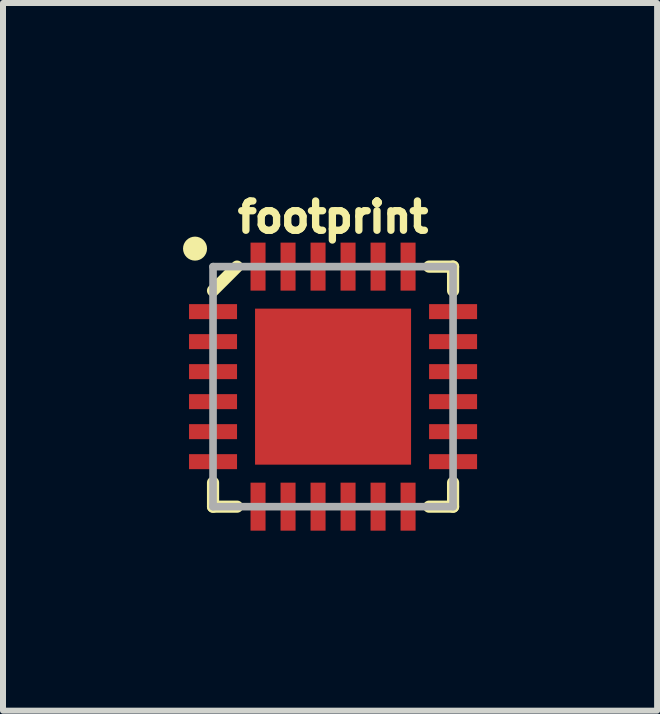
<source format=kicad_pcb>
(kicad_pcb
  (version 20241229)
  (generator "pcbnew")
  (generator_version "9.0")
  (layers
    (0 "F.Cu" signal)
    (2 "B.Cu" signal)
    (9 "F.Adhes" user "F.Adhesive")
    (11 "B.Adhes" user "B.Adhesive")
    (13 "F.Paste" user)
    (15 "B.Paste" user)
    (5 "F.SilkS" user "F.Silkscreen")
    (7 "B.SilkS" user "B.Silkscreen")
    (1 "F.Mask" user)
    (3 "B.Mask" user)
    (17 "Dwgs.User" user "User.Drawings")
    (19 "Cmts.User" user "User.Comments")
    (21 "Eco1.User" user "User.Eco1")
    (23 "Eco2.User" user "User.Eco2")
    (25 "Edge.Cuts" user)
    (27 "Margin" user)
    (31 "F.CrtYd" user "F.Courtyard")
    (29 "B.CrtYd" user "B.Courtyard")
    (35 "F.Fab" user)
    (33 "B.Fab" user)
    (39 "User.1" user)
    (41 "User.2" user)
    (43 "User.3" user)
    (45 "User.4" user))
  (footprint "footprint"
    (layer "F.Cu")
    (at 2.5 3.393)
    (property "Reference" "footprint" (at 0 -2.54 0) (layer "F.SilkS") (effects (font (size 0.488 0.488) (thickness 0.122)) (justify bottom)))
    (fp_line (start -2 -1.6) (end -1.6 -2) (stroke (width 0.203) (type solid)) (layer "F.SilkS"))
    (fp_line (start -2 2) (end -2 1.6) (stroke (width 0.203) (type solid)) (layer "F.SilkS"))
    (fp_line (start -2 2) (end -1.6 2) (stroke (width 0.203) (type solid)) (layer "F.SilkS"))
    (fp_line (start 2 -2) (end 1.6 -2) (stroke (width 0.203) (type solid)) (layer "F.SilkS"))
    (fp_line (start 2 -2) (end 2 -1.6) (stroke (width 0.203) (type solid)) (layer "F.SilkS"))
    (fp_line (start 2 2) (end 1.6 2) (stroke (width 0.203) (type solid)) (layer "F.SilkS"))
    (fp_line (start 2 2) (end 2 1.6) (stroke (width 0.203) (type solid)) (layer "F.SilkS"))
    (fp_circle (center -2.3 -2.3) (end -2.2 -2.3) (stroke (width 0.2) (type solid)) (fill yes) (layer "F.SilkS"))
    (fp_poly (pts (xy -1 -0.2) (xy -0.2 -0.2) (xy -0.2 -1) (xy -1 -1)) (stroke (width 0) (type solid)) (fill yes) (layer "F.Paste"))
    (fp_poly (pts (xy -1 1) (xy -0.2 1) (xy -0.2 0.2) (xy -1 0.2)) (stroke (width 0) (type solid)) (fill yes) (layer "F.Paste"))
    (fp_poly (pts (xy 0.2 -0.2) (xy 1 -0.2) (xy 1 -1) (xy 0.2 -1)) (stroke (width 0) (type solid)) (fill yes) (layer "F.Paste"))
    (fp_poly (pts (xy 0.2 1) (xy 1 1) (xy 1 0.2) (xy 0.2 0.2)) (stroke (width 0) (type solid)) (fill yes) (layer "F.Paste"))
    (fp_line (start -2 -2) (end 2 -2) (stroke (width 0.127) (type solid)) (layer "F.Fab"))
    (fp_line (start -2 2) (end -2 -2) (stroke (width 0.127) (type solid)) (layer "F.Fab"))
    (fp_line (start 2 -2) (end 2 2) (stroke (width 0.127) (type solid)) (layer "F.Fab"))
    (fp_line (start 2 2) (end -2 2) (stroke (width 0.127) (type solid)) (layer "F.Fab"))
    (pad "1" smd rect (at -2 -1.25 90) (size 0.25 0.8) (layers "F.Cu" "F.Mask" "F.Paste"))
    (pad "2" smd rect (at -2 -0.75 90) (size 0.25 0.8) (layers "F.Cu" "F.Mask" "F.Paste"))
    (pad "3" smd rect (at -2 -0.25 90) (size 0.25 0.8) (layers "F.Cu" "F.Mask" "F.Paste"))
    (pad "4" smd rect (at -2 0.25 90) (size 0.25 0.8) (layers "F.Cu" "F.Mask" "F.Paste"))
    (pad "5" smd rect (at -2 0.75 90) (size 0.25 0.8) (layers "F.Cu" "F.Mask" "F.Paste"))
    (pad "6" smd rect (at -2 1.25 90) (size 0.25 0.8) (layers "F.Cu" "F.Mask" "F.Paste"))
    (pad "7" smd rect (at -1.25 2) (size 0.25 0.8) (layers "F.Cu" "F.Mask" "F.Paste"))
    (pad "8" smd rect (at -0.75 2) (size 0.25 0.8) (layers "F.Cu" "F.Mask" "F.Paste"))
    (pad "9" smd rect (at -0.25 2) (size 0.25 0.8) (layers "F.Cu" "F.Mask" "F.Paste"))
    (pad "10" smd rect (at 0.25 2) (size 0.25 0.8) (layers "F.Cu" "F.Mask" "F.Paste"))
    (pad "11" smd rect (at 0.75 2) (size 0.25 0.8) (layers "F.Cu" "F.Mask" "F.Paste"))
    (pad "12" smd rect (at 1.25 2) (size 0.25 0.8) (layers "F.Cu" "F.Mask" "F.Paste"))
    (pad "13" smd rect (at 2 1.25 90) (size 0.25 0.8) (layers "F.Cu" "F.Mask" "F.Paste"))
    (pad "14" smd rect (at 2 0.75 90) (size 0.25 0.8) (layers "F.Cu" "F.Mask" "F.Paste"))
    (pad "15" smd rect (at 2 0.25 90) (size 0.25 0.8) (layers "F.Cu" "F.Mask" "F.Paste"))
    (pad "16" smd rect (at 2 -0.25 90) (size 0.25 0.8) (layers "F.Cu" "F.Mask" "F.Paste"))
    (pad "17" smd rect (at 2 -0.75 90) (size 0.25 0.8) (layers "F.Cu" "F.Mask" "F.Paste"))
    (pad "18" smd rect (at 2 -1.25 90) (size 0.25 0.8) (layers "F.Cu" "F.Mask" "F.Paste"))
    (pad "19" smd rect (at 1.25 -2) (size 0.25 0.8) (layers "F.Cu" "F.Mask" "F.Paste"))
    (pad "20" smd rect (at 0.75 -2) (size 0.25 0.8) (layers "F.Cu" "F.Mask" "F.Paste"))
    (pad "21" smd rect (at 0.25 -2) (size 0.25 0.8) (layers "F.Cu" "F.Mask" "F.Paste"))
    (pad "22" smd rect (at -0.25 -2) (size 0.25 0.8) (layers "F.Cu" "F.Mask" "F.Paste"))
    (pad "23" smd rect (at -0.75 -2) (size 0.25 0.8) (layers "F.Cu" "F.Mask" "F.Paste"))
    (pad "24" smd rect (at -1.25 -2) (size 0.25 0.8) (layers "F.Cu" "F.Mask" "F.Paste"))
    (pad "EP" smd rect (at 0 0) (size 2.6 2.6) (layers "F.Cu" "F.Mask")))
  (gr_rect
    (start -3 -3)
    (end 7.9 8.793)
    (stroke (width 0.1) (type default))
    (fill no)
    (layer "Edge.Cuts")))
</source>
